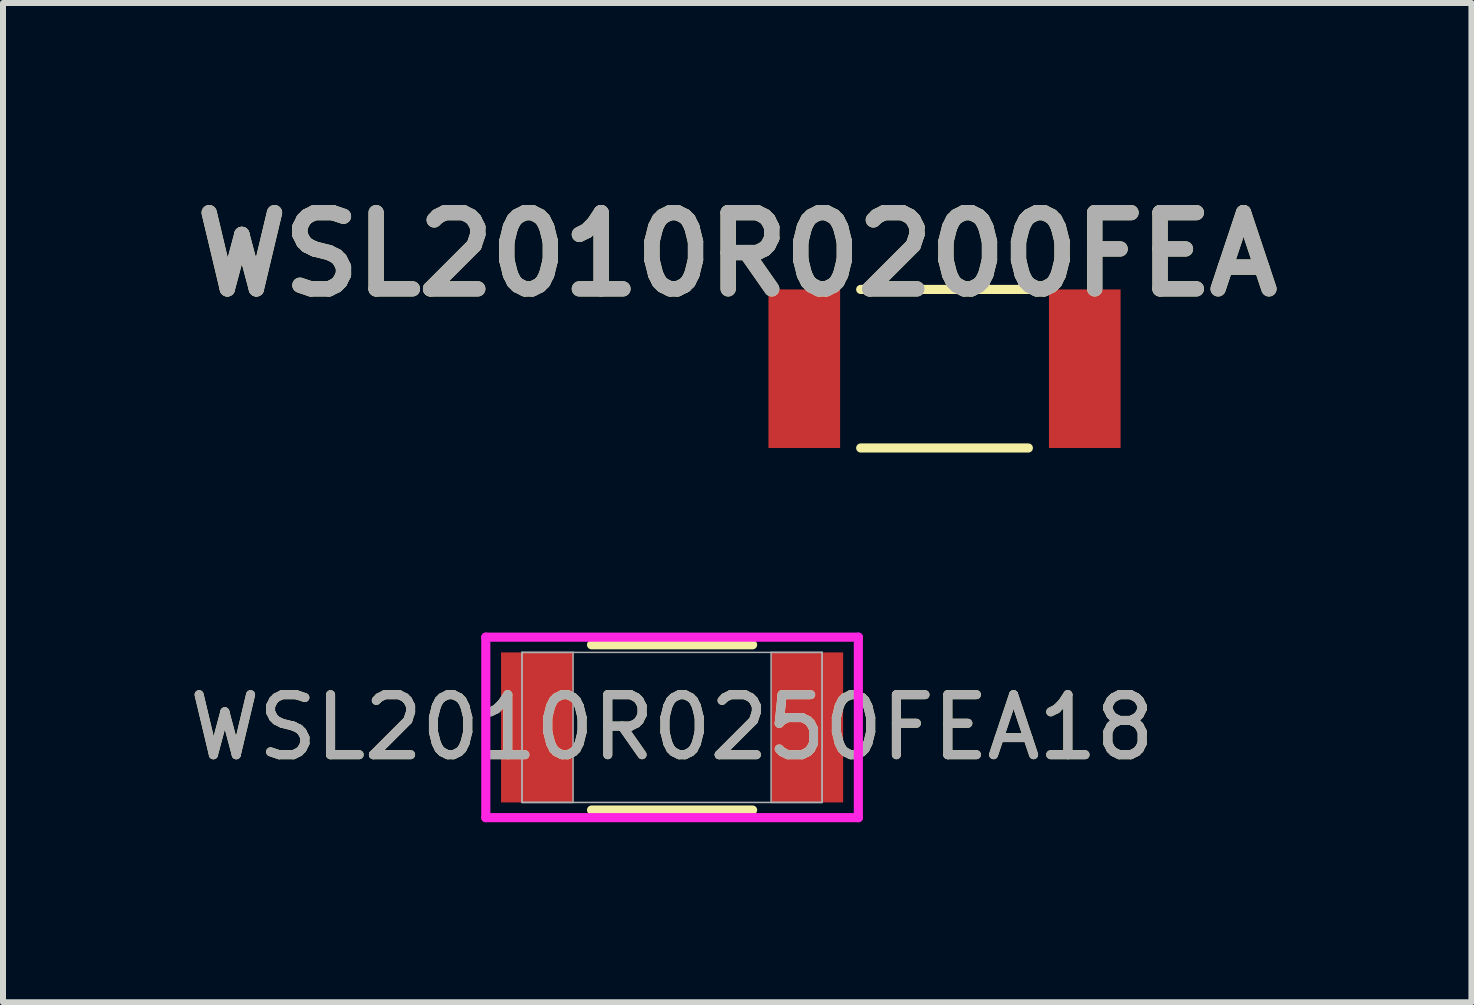
<source format=kicad_pcb>
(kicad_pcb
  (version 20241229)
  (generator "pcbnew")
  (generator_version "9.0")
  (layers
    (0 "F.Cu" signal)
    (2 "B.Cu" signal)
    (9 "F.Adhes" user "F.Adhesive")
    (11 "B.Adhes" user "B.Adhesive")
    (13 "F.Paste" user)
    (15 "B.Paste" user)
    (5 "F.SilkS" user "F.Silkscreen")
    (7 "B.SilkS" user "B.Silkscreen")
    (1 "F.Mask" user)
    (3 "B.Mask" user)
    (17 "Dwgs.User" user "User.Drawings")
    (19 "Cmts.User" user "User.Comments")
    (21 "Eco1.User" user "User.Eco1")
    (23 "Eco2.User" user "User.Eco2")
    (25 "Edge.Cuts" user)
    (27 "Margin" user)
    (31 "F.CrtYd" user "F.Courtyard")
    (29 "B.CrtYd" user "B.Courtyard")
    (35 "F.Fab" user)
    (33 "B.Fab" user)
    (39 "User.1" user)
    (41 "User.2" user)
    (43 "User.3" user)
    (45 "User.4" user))
  (footprint "WSL2010R0200FEA"
    (layer "F.Cu")
    (at 12.689 3.094)
    (property "Reference" "WSL2010R0200FEA" (at -3.454 -1.905 0) (layer "F.SilkS") (effects (font (size 1.27 1.27) (thickness 0.254))))
    (attr smd)
    (fp_line (start -1.397 1.321) (end 1.397 1.321) (stroke (width 0.152) (type solid)) (layer "F.SilkS"))
    (fp_line (start 1.397 -1.321) (end -1.397 -1.321) (stroke (width 0.152) (type solid)) (layer "F.SilkS"))
    (fp_text user "${REFERENCE}" (at -3.454 -1.905 0) (layer "F.Fab") (effects (font (size 1.27 1.27) (thickness 0.254))))
    (pad "1" smd rect (at -2.337 0) (size 1.194 2.642) (layers "F.Cu" "F.Mask" "F.Paste"))
    (pad "2" smd rect (at 2.337 0) (size 1.194 2.642) (layers "F.Cu" "F.Mask" "F.Paste")))
  (footprint "WSL2010R0250FEA18"
    (layer "F.Cu")
    (at 8.149 9.071)
    (property "Reference" "WSL2010R0250FEA18" (at 0 0 0) (unlocked yes) (layer "F.SilkS") (effects (font (size 1 1) (thickness 0.15))))
    (attr smd)
    (fp_line (start -1.342 1.377) (end 1.342 1.377) (stroke (width 0.152) (type solid)) (layer "F.SilkS"))
    (fp_line (start 1.342 -1.377) (end -1.342 -1.377) (stroke (width 0.152) (type solid)) (layer "F.SilkS"))
    (fp_line (start -3.104 -1.504) (end 3.104 -1.504) (stroke (width 0.152) (type solid)) (layer "F.CrtYd"))
    (fp_line (start -3.104 1.504) (end -3.104 -1.504) (stroke (width 0.152) (type solid)) (layer "F.CrtYd"))
    (fp_line (start 3.104 -1.504) (end 3.104 1.504) (stroke (width 0.152) (type solid)) (layer "F.CrtYd"))
    (fp_line (start 3.104 1.504) (end -3.104 1.504) (stroke (width 0.152) (type solid)) (layer "F.CrtYd"))
    (fp_line (start -2.5 -1.25) (end -2.5 1.25) (stroke (width 0.025) (type solid)) (layer "F.Fab"))
    (fp_line (start -2.5 -1.25) (end -2.5 1.25) (stroke (width 0.025) (type solid)) (layer "F.Fab"))
    (fp_line (start -2.5 1.25) (end -1.65 1.25) (stroke (width 0.025) (type solid)) (layer "F.Fab"))
    (fp_line (start -2.5 1.25) (end 2.5 1.25) (stroke (width 0.025) (type solid)) (layer "F.Fab"))
    (fp_line (start -1.65 -1.25) (end -2.5 -1.25) (stroke (width 0.025) (type solid)) (layer "F.Fab"))
    (fp_line (start -1.65 1.25) (end -1.65 -1.25) (stroke (width 0.025) (type solid)) (layer "F.Fab"))
    (fp_line (start 1.65 -1.25) (end 1.65 1.25) (stroke (width 0.025) (type solid)) (layer "F.Fab"))
    (fp_line (start 1.65 1.25) (end 2.5 1.25) (stroke (width 0.025) (type solid)) (layer "F.Fab"))
    (fp_line (start 2.5 -1.25) (end -2.5 -1.25) (stroke (width 0.025) (type solid)) (layer "F.Fab"))
    (fp_line (start 2.5 -1.25) (end 1.65 -1.25) (stroke (width 0.025) (type solid)) (layer "F.Fab"))
    (fp_line (start 2.5 1.25) (end 2.5 -1.25) (stroke (width 0.025) (type solid)) (layer "F.Fab"))
    (fp_line (start 2.5 1.25) (end 2.5 -1.25) (stroke (width 0.025) (type solid)) (layer "F.Fab"))
    (fp_text user "${REFERENCE}" (at 0 0 0) (unlocked yes) (layer "F.Fab") (effects (font (size 1 1) (thickness 0.15))))
    (pad "1" smd rect (at -2.25 0) (size 1.2 2.5) (layers "F.Cu" "F.Mask" "F.Paste"))
    (pad "2" smd rect (at 2.25 0) (size 1.2 2.5) (layers "F.Cu" "F.Mask" "F.Paste"))
    (zone (net_name "") (layer "F.Cu") (hatch full 0.508) (connect_pads) (min_thickness 0.254) (filled_areas_thickness no) (keepout (tracks not_allowed) (vias not_allowed) (pads allowed) (copperpour not_allowed) (footprints allowed)) (placement (enabled no)) (fill) (polygon (pts (xy 6.55 7.872) (xy 9.748 7.872) (xy 9.748 10.27) (xy 6.55 10.27)))))
  (gr_rect
    (start -3 -3)
    (end 21.469 13.651)
    (stroke (width 0.1) (type default))
    (fill no)
    (layer "Edge.Cuts")))
</source>
